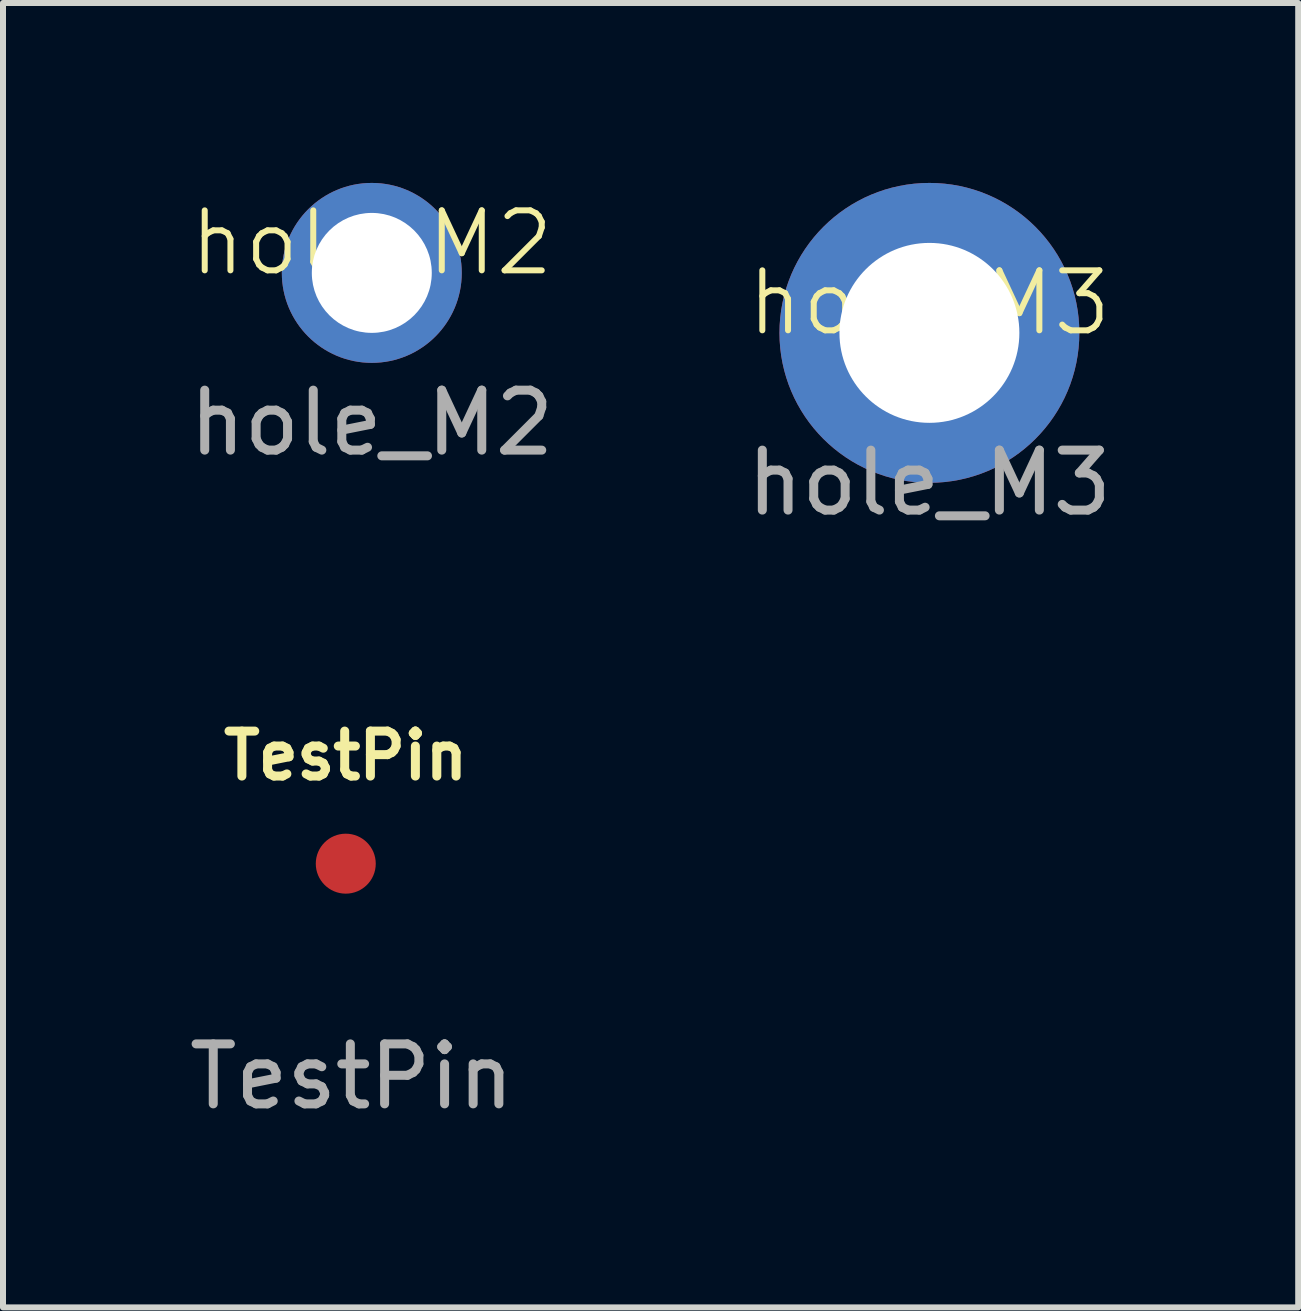
<source format=kicad_pcb>
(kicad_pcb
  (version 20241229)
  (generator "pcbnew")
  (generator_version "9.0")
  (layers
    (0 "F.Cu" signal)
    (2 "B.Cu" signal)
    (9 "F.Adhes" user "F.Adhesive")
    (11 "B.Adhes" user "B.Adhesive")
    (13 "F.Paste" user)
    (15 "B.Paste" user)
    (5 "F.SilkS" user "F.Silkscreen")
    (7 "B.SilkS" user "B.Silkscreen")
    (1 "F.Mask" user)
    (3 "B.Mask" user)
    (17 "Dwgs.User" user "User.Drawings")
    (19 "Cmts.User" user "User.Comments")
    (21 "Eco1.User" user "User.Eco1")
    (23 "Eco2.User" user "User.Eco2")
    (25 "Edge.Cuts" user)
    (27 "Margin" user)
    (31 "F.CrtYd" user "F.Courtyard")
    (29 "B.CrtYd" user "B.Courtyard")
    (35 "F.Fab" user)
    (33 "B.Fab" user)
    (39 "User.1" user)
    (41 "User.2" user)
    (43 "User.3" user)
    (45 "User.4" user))
  (footprint "hole_M3"
    (layer "F.Cu")
    (at 12.446 2.5)
    (property "Reference" "hole_M3" (at 0 -0.5 0) (unlocked yes) (layer "F.SilkS") (effects (font (size 1 1) (thickness 0.1))))
    (attr smd)
    (fp_text user "${REFERENCE}" (at 0 2.5 0) (unlocked yes) (layer "F.Fab") (effects (font (size 1 1) (thickness 0.15))))
    (pad "1" thru_hole circle (at 0 0) (size 5 5) (drill 3) (layers "*.Cu" "*.Mask")))
  (footprint "TestPin"
    (layer "F.Cu")
    (at 2.715 11.35)
    (property "Reference" "TestPin" (at 0 -1.8 0) (unlocked yes) (layer "F.SilkS") (effects (font (size 0.75 0.75) (thickness 0.15))))
    (attr smd)
    (fp_text user "${REFERENCE}" (at 0.1 3.55 0) (unlocked yes) (layer "F.Fab") (effects (font (size 1 1) (thickness 0.15))))
    (pad "1" smd circle (at 0 0) (size 1 1) (layers "F.Cu" "F.Mask" "F.Paste")))
  (footprint "hole_M2"
    (layer "F.Cu")
    (at 3.149 1.5)
    (property "Reference" "hole_M2" (at 0 -0.5 0) (unlocked yes) (layer "F.SilkS") (effects (font (size 1 1) (thickness 0.1))))
    (attr smd)
    (fp_text user "${REFERENCE}" (at 0 2.5 0) (unlocked yes) (layer "F.Fab") (effects (font (size 1 1) (thickness 0.15))))
    (pad "1" thru_hole circle (at 0 0) (size 3 3) (drill 2) (layers "*.Cu" "*.Mask")))
  (gr_rect
    (start -3 -3)
    (end 18.595 18.748)
    (stroke (width 0.1) (type default))
    (fill no)
    (layer "Edge.Cuts")))
</source>
